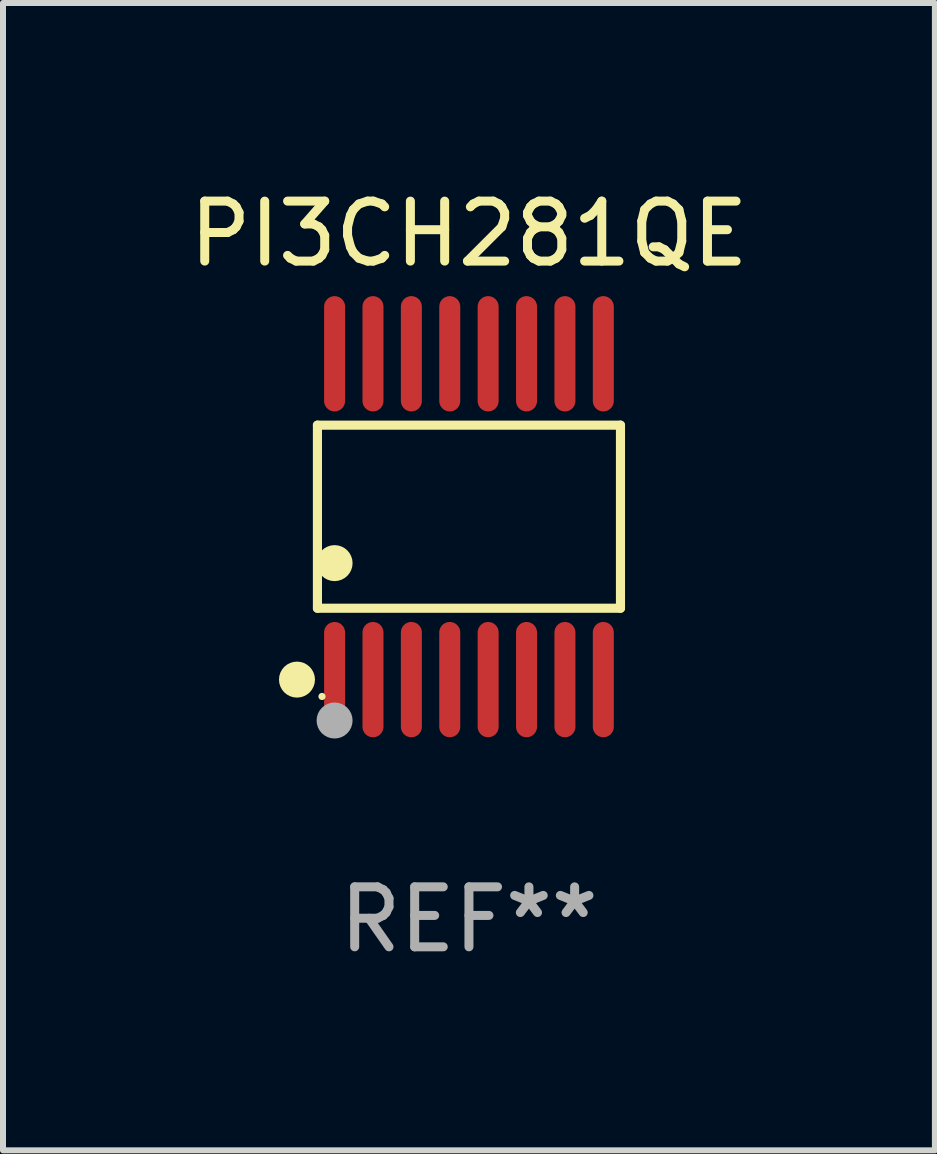
<source format=kicad_pcb>
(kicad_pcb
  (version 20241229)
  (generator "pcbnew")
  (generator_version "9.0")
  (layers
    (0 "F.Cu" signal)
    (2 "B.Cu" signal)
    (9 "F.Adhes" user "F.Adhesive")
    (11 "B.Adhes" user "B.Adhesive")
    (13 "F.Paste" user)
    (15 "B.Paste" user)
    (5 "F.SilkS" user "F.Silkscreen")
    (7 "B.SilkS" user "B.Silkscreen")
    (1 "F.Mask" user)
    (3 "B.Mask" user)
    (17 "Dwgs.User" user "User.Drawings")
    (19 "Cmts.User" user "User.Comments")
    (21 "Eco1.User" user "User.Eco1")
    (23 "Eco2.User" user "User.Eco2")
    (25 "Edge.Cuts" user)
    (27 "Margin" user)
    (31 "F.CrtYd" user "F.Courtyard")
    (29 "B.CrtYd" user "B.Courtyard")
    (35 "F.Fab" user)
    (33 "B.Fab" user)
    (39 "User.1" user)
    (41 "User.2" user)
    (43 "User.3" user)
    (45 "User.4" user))
  (footprint "PI3CH281QE"
    (layer "F.Cu")
    (at 4.768 5.564)
    (property "Reference" "PI3CH281QE" (at 0 -4.716 0) (layer "F.SilkS") (effects (font (size 1 1) (thickness 0.15))))
    (attr through_hole)
    (fp_line (start -2.526 -1.526) (end 2.526 -1.526) (stroke (width 0.152) (type solid)) (layer "F.SilkS"))
    (fp_line (start -2.526 1.526) (end -2.526 -1.526) (stroke (width 0.152) (type solid)) (layer "F.SilkS"))
    (fp_line (start 2.526 -1.526) (end 2.526 1.526) (stroke (width 0.152) (type solid)) (layer "F.SilkS"))
    (fp_line (start 2.526 1.526) (end -2.526 1.526) (stroke (width 0.152) (type solid)) (layer "F.SilkS"))
    (fp_circle (center -2.867 2.716) (end -2.717 2.716) (stroke (width 0.3) (type solid)) (fill no) (layer "F.SilkS"))
    (fp_circle (center -2.45 2.997) (end -2.42 2.997) (stroke (width 0.06) (type solid)) (fill no) (layer "F.SilkS"))
    (fp_circle (center -2.24 0.774) (end -2.09 0.774) (stroke (width 0.3) (type solid)) (fill no) (layer "F.SilkS"))
    (fp_circle (center -2.24 3.398) (end -2.09 3.398) (stroke (width 0.3) (type solid)) (fill no) (layer "F.Fab"))
    (fp_text user "REF**" (at 0 6.716 0) (layer "F.Fab") (effects (font (size 1 1) (thickness 0.15))))
    (pad "1" smd oval (at -2.24 2.716) (size 0.35 1.922) (layers "F.Cu" "F.Mask" "F.Paste"))
    (pad "2" smd oval (at -1.6 2.716) (size 0.35 1.922) (layers "F.Cu" "F.Mask" "F.Paste"))
    (pad "3" smd oval (at -0.96 2.716) (size 0.35 1.922) (layers "F.Cu" "F.Mask" "F.Paste"))
    (pad "4" smd oval (at -0.32 2.716) (size 0.35 1.922) (layers "F.Cu" "F.Mask" "F.Paste"))
    (pad "5" smd oval (at 0.32 2.716) (size 0.35 1.922) (layers "F.Cu" "F.Mask" "F.Paste"))
    (pad "6" smd oval (at 0.96 2.716) (size 0.35 1.922) (layers "F.Cu" "F.Mask" "F.Paste"))
    (pad "7" smd oval (at 1.6 2.716) (size 0.35 1.922) (layers "F.Cu" "F.Mask" "F.Paste"))
    (pad "8" smd oval (at 2.24 2.716) (size 0.35 1.922) (layers "F.Cu" "F.Mask" "F.Paste"))
    (pad "9" smd oval (at 2.24 -2.716) (size 0.35 1.922) (layers "F.Cu" "F.Mask" "F.Paste"))
    (pad "10" smd oval (at 1.6 -2.716) (size 0.35 1.922) (layers "F.Cu" "F.Mask" "F.Paste"))
    (pad "11" smd oval (at 0.96 -2.716) (size 0.35 1.922) (layers "F.Cu" "F.Mask" "F.Paste"))
    (pad "12" smd oval (at 0.32 -2.716) (size 0.35 1.922) (layers "F.Cu" "F.Mask" "F.Paste"))
    (pad "13" smd oval (at -0.32 -2.716) (size 0.35 1.922) (layers "F.Cu" "F.Mask" "F.Paste"))
    (pad "14" smd oval (at -0.96 -2.716) (size 0.35 1.922) (layers "F.Cu" "F.Mask" "F.Paste"))
    (pad "15" smd oval (at -1.6 -2.716) (size 0.35 1.922) (layers "F.Cu" "F.Mask" "F.Paste"))
    (pad "16" smd oval (at -2.24 -2.716) (size 0.35 1.922) (layers "F.Cu" "F.Mask" "F.Paste")))
  (gr_rect
    (start -3 -3)
    (end 12.536 16.128)
    (stroke (width 0.1) (type default))
    (fill no)
    (layer "Edge.Cuts")))
</source>
